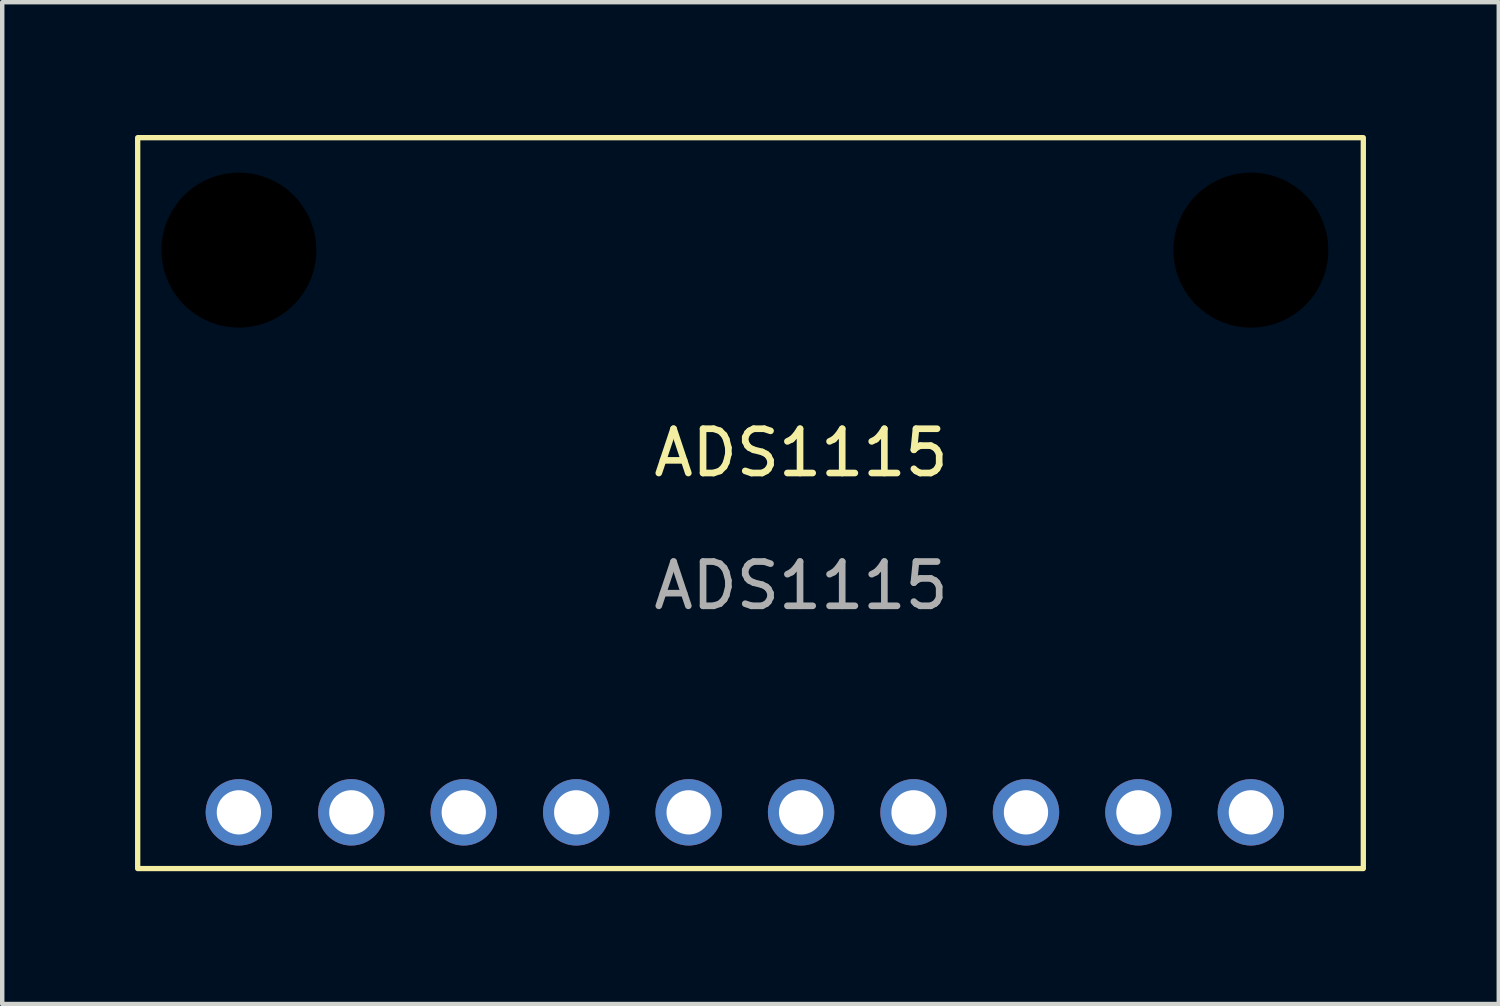
<source format=kicad_pcb>
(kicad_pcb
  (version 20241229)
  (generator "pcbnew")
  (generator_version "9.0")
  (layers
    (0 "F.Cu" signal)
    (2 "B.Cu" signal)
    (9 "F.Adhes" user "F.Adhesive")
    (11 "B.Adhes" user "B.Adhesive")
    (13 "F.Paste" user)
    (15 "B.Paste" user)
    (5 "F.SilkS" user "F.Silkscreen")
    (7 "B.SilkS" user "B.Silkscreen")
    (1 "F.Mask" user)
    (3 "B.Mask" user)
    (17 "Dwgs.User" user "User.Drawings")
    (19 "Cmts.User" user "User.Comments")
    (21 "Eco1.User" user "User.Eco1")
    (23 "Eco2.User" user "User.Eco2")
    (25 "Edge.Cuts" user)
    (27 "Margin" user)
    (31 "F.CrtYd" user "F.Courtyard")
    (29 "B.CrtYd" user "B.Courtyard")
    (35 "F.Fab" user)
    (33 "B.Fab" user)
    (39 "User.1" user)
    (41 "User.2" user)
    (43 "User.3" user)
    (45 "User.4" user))
  (footprint "ADS1115"
    (layer "F.Cu")
    (at 13.903 8.95)
    (property "Reference" "ADS1115" (at 1.143 -1.77 0) (unlocked yes) (layer "F.SilkS") (effects (font (size 1 1) (thickness 0.15))))
    (attr through_hole)
    (fp_rect (start -13.843 -8.89) (end 13.843 7.62) (stroke (width 0.12) (type solid)) (fill no) (layer "F.SilkS"))
    (fp_text user "${REFERENCE}" (at 1.143 1.23 0) (unlocked yes) (layer "F.Fab") (effects (font (size 1 1) (thickness 0.15))))
    (pad "" np_thru_hole circle (at -11.557 -6.35) (size 4 4) (drill 3.5) (layers "*.Mask"))
    (pad "" np_thru_hole circle (at 11.303 -6.35) (size 4 4) (drill 3.5) (layers "*.Mask"))
    (pad "1" thru_hole circle (at -11.557 6.35) (size 1.5 1.5) (drill 1) (layers "*.Cu" "*.Mask"))
    (pad "2" thru_hole circle (at -9.017 6.35) (size 1.5 1.5) (drill 1) (layers "*.Cu" "*.Mask"))
    (pad "3" thru_hole circle (at -6.477 6.35) (size 1.5 1.5) (drill 1) (layers "*.Cu" "*.Mask"))
    (pad "4" thru_hole circle (at -3.937 6.35) (size 1.5 1.5) (drill 1) (layers "*.Cu" "*.Mask"))
    (pad "5" thru_hole circle (at -1.397 6.35) (size 1.5 1.5) (drill 1) (layers "*.Cu" "*.Mask"))
    (pad "6" thru_hole circle (at 1.143 6.35) (size 1.5 1.5) (drill 1) (layers "*.Cu" "*.Mask"))
    (pad "7" thru_hole circle (at 3.683 6.35) (size 1.5 1.5) (drill 1) (layers "*.Cu" "*.Mask"))
    (pad "8" thru_hole circle (at 6.223 6.35) (size 1.5 1.5) (drill 1) (layers "*.Cu" "*.Mask"))
    (pad "9" thru_hole circle (at 8.763 6.35) (size 1.5 1.5) (drill 1) (layers "*.Cu" "*.Mask"))
    (pad "10" thru_hole circle (at 11.303 6.35) (size 1.5 1.5) (drill 1) (layers "*.Cu" "*.Mask")))
  (gr_rect
    (start -3 -3)
    (end 30.806 19.63)
    (stroke (width 0.1) (type default))
    (fill no)
    (layer "Edge.Cuts")))
</source>
